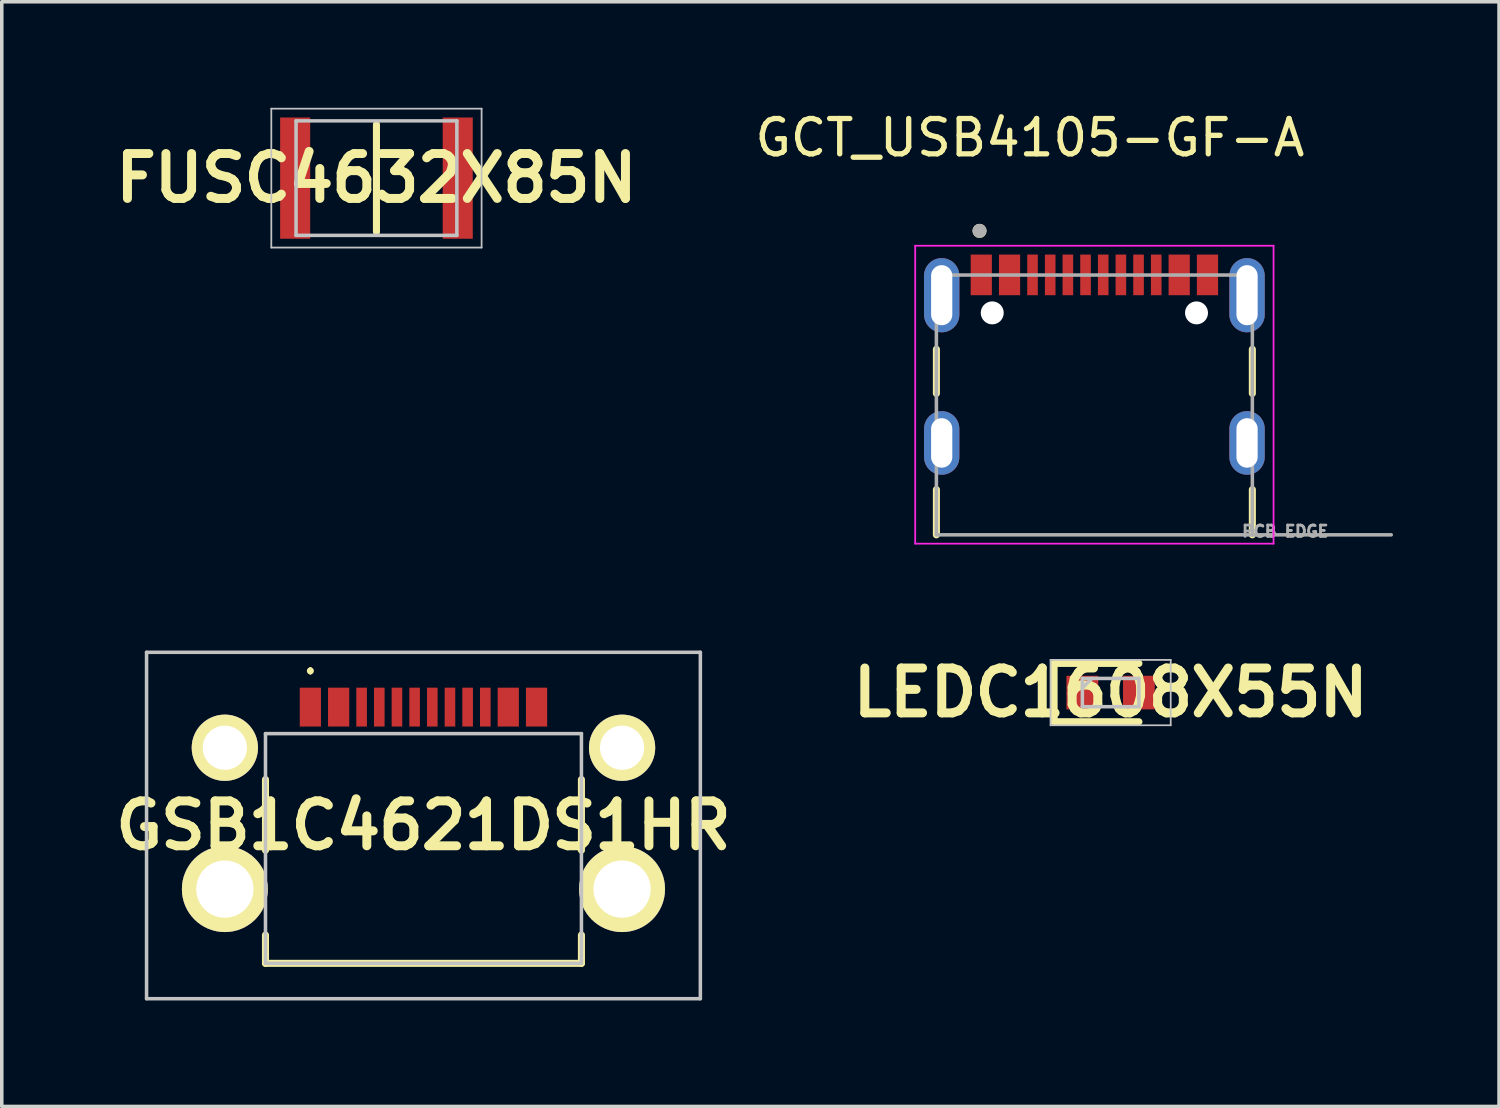
<source format=kicad_pcb>
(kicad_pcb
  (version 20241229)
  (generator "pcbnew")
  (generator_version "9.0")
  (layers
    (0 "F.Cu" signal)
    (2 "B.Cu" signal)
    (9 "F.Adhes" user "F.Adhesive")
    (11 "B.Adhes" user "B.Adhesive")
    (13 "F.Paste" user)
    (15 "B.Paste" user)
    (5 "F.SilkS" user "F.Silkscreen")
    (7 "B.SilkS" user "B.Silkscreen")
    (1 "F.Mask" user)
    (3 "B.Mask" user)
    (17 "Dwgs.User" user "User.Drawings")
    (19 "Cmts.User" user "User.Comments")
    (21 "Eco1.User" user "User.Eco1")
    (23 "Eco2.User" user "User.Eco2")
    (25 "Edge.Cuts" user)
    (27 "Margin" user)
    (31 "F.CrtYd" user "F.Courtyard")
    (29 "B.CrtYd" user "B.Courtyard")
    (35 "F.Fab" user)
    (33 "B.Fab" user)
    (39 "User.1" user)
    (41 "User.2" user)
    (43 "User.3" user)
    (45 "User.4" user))
  (footprint "LEDC1608X55N"
    (layer "F.Cu")
    (at 28.376 16.547)
    (property "Reference" "LEDC1608X55N" (at 0 0 0) (layer "F.SilkS") (effects (font (size 1.27 1.27) (thickness 0.254))))
    (attr smd)
    (fp_line (start -1.6 -0.825) (end -1.6 0.825) (stroke (width 0.2) (type solid)) (layer "F.SilkS"))
    (fp_line (start -1.6 0.825) (end 0.8 0.825) (stroke (width 0.2) (type solid)) (layer "F.SilkS"))
    (fp_line (start 0.8 -0.825) (end -1.6 -0.825) (stroke (width 0.2) (type solid)) (layer "F.SilkS"))
    (fp_line (start -1.7 -0.925) (end 1.7 -0.925) (stroke (width 0.05) (type solid)) (layer "Dwgs.User"))
    (fp_line (start -1.7 0.925) (end -1.7 -0.925) (stroke (width 0.05) (type solid)) (layer "Dwgs.User"))
    (fp_line (start -0.8 -0.4) (end 0.8 -0.4) (stroke (width 0.1) (type solid)) (layer "Dwgs.User"))
    (fp_line (start -0.8 -0.133) (end -0.533 -0.4) (stroke (width 0.1) (type solid)) (layer "Dwgs.User"))
    (fp_line (start -0.8 0.4) (end -0.8 -0.4) (stroke (width 0.1) (type solid)) (layer "Dwgs.User"))
    (fp_line (start 0.8 -0.4) (end 0.8 0.4) (stroke (width 0.1) (type solid)) (layer "Dwgs.User"))
    (fp_line (start 0.8 0.4) (end -0.8 0.4) (stroke (width 0.1) (type solid)) (layer "Dwgs.User"))
    (fp_line (start 1.7 -0.925) (end 1.7 0.925) (stroke (width 0.05) (type solid)) (layer "Dwgs.User"))
    (fp_line (start 1.7 0.925) (end -1.7 0.925) (stroke (width 0.05) (type solid)) (layer "Dwgs.User"))
    (pad "1" smd rect (at -0.8 0) (size 0.9 0.95) (layers "F.Cu" "F.Mask" "F.Paste"))
    (pad "2" smd rect (at 0.8 0) (size 0.9 0.95) (layers "F.Cu" "F.Mask" "F.Paste")))
  (footprint "GCT_USB4105-GF-A"
    (layer "F.Cu")
    (at 27.916 9.483)
    (property "Reference" "GCT_USB4105-GF-A" (at -1.825 -8.635 0) (layer "F.SilkS") (effects (font (size 1 1) (thickness 0.15))))
    (attr smd)
    (fp_poly (pts (xy -3.55 -5.38) (xy -2.85 -5.38) (xy -2.85 -4.13) (xy -3.55 -4.13)) (stroke (width 0.01) (type solid)) (fill yes) (layer "F.Mask"))
    (fp_poly (pts (xy -2.75 -5.38) (xy -2.05 -5.38) (xy -2.05 -4.13) (xy -2.75 -4.13)) (stroke (width 0.01) (type solid)) (fill yes) (layer "F.Mask"))
    (fp_poly (pts (xy -1.95 -5.38) (xy -1.55 -5.38) (xy -1.55 -4.13) (xy -1.95 -4.13)) (stroke (width 0.01) (type solid)) (fill yes) (layer "F.Mask"))
    (fp_poly (pts (xy -1.45 -5.38) (xy -1.05 -5.38) (xy -1.05 -4.13) (xy -1.45 -4.13)) (stroke (width 0.01) (type solid)) (fill yes) (layer "F.Mask"))
    (fp_poly (pts (xy -0.95 -5.38) (xy -0.55 -5.38) (xy -0.55 -4.13) (xy -0.95 -4.13)) (stroke (width 0.01) (type solid)) (fill yes) (layer "F.Mask"))
    (fp_poly (pts (xy -0.45 -5.38) (xy -0.05 -5.38) (xy -0.05 -4.13) (xy -0.45 -4.13)) (stroke (width 0.01) (type solid)) (fill yes) (layer "F.Mask"))
    (fp_poly (pts (xy 0.05 -5.38) (xy 0.45 -5.38) (xy 0.45 -4.13) (xy 0.05 -4.13)) (stroke (width 0.01) (type solid)) (fill yes) (layer "F.Mask"))
    (fp_poly (pts (xy 0.55 -5.38) (xy 0.95 -5.38) (xy 0.95 -4.13) (xy 0.55 -4.13)) (stroke (width 0.01) (type solid)) (fill yes) (layer "F.Mask"))
    (fp_poly (pts (xy 1.05 -5.38) (xy 1.45 -5.38) (xy 1.45 -4.13) (xy 1.05 -4.13)) (stroke (width 0.01) (type solid)) (fill yes) (layer "F.Mask"))
    (fp_poly (pts (xy 1.55 -5.38) (xy 1.95 -5.38) (xy 1.95 -4.13) (xy 1.55 -4.13)) (stroke (width 0.01) (type solid)) (fill yes) (layer "F.Mask"))
    (fp_poly (pts (xy 2.05 -5.38) (xy 2.75 -5.38) (xy 2.75 -4.13) (xy 2.05 -4.13)) (stroke (width 0.01) (type solid)) (fill yes) (layer "F.Mask"))
    (fp_poly (pts (xy 2.85 -5.38) (xy 3.55 -5.38) (xy 3.55 -4.13) (xy 2.85 -4.13)) (stroke (width 0.01) (type solid)) (fill yes) (layer "F.Mask"))
    (fp_line (start -4.47 -2.65) (end -4.47 -1.4) (stroke (width 0.2) (type solid)) (layer "F.SilkS"))
    (fp_line (start -4.47 1.32) (end -4.47 2.6) (stroke (width 0.2) (type solid)) (layer "F.SilkS"))
    (fp_line (start 4.47 -2.65) (end 4.47 -1.4) (stroke (width 0.2) (type solid)) (layer "F.SilkS"))
    (fp_line (start 4.47 2.6) (end 4.47 1.32) (stroke (width 0.2) (type solid)) (layer "F.SilkS"))
    (fp_circle (center -3.25 -6) (end -3.15 -6) (stroke (width 0.2) (type solid)) (fill no) (layer "F.SilkS"))
    (fp_line (start -5.07 -5.58) (end -5.07 2.85) (stroke (width 0.05) (type solid)) (layer "F.CrtYd"))
    (fp_line (start -5.07 2.85) (end 5.07 2.85) (stroke (width 0.05) (type solid)) (layer "F.CrtYd"))
    (fp_line (start 5.07 -5.58) (end -5.07 -5.58) (stroke (width 0.05) (type solid)) (layer "F.CrtYd"))
    (fp_line (start 5.07 2.85) (end 5.07 -5.58) (stroke (width 0.05) (type solid)) (layer "F.CrtYd"))
    (fp_line (start -4.47 -4.75) (end 4.47 -4.75) (stroke (width 0.1) (type solid)) (layer "F.Fab"))
    (fp_line (start -4.47 2.6) (end -4.47 -4.75) (stroke (width 0.1) (type solid)) (layer "F.Fab"))
    (fp_line (start 4.47 -4.75) (end 4.47 2.6) (stroke (width 0.1) (type solid)) (layer "F.Fab"))
    (fp_line (start 4.47 2.6) (end -4.47 2.6) (stroke (width 0.1) (type solid)) (layer "F.Fab"))
    (fp_line (start 4.47 2.6) (end 8.4 2.6) (stroke (width 0.1) (type solid)) (layer "F.Fab"))
    (fp_circle (center -3.25 -6) (end -3.15 -6) (stroke (width 0.2) (type solid)) (fill no) (layer "F.Fab"))
    (fp_text user "PCB EDGE" (at 5.4 2.5 0) (layer "F.Fab") (effects (font (size 0.32 0.32) (thickness 0.08))))
    (pad "" np_thru_hole circle (at -2.89 -3.68) (size 0.65 0.65) (drill 0.65) (layers "*.Cu" "*.Mask"))
    (pad "" np_thru_hole circle (at 2.89 -3.68) (size 0.65 0.65) (drill 0.65) (layers "*.Cu" "*.Mask"))
    (pad "A1_B12" smd rect (at -3.2 -4.755) (size 0.6 1.15) (layers "F.Cu" "F.Paste"))
    (pad "A4_B9" smd rect (at -2.4 -4.755) (size 0.6 1.15) (layers "F.Cu" "F.Paste"))
    (pad "A5" smd rect (at -1.25 -4.755) (size 0.3 1.15) (layers "F.Cu" "F.Paste"))
    (pad "A6" smd rect (at -0.25 -4.755) (size 0.3 1.15) (layers "F.Cu" "F.Paste"))
    (pad "A7" smd rect (at 0.25 -4.755) (size 0.3 1.15) (layers "F.Cu" "F.Paste"))
    (pad "A8" smd rect (at 1.25 -4.755) (size 0.3 1.15) (layers "F.Cu" "F.Paste"))
    (pad "B1_A12" smd rect (at 3.2 -4.755) (size 0.6 1.15) (layers "F.Cu" "F.Paste"))
    (pad "B4_A9" smd rect (at 2.4 -4.755) (size 0.6 1.15) (layers "F.Cu" "F.Paste"))
    (pad "B5" smd rect (at 1.75 -4.755) (size 0.3 1.15) (layers "F.Cu" "F.Paste"))
    (pad "B6" smd rect (at 0.75 -4.755) (size 0.3 1.15) (layers "F.Cu" "F.Paste"))
    (pad "B7" smd rect (at -0.75 -4.755) (size 0.3 1.15) (layers "F.Cu" "F.Paste"))
    (pad "B8" smd rect (at -1.75 -4.755) (size 0.3 1.15) (layers "F.Cu" "F.Paste"))
    (pad "SH1" thru_hole oval (at -4.32 -4.18) (size 1 2.1) (drill oval 0.6 1.7) (layers "*.Cu" "*.Mask"))
    (pad "SH2" thru_hole oval (at 4.32 -4.18) (size 1 2.1) (drill oval 0.6 1.7) (layers "*.Cu" "*.Mask"))
    (pad "SH3" thru_hole oval (at -4.32 0) (size 1 1.8) (drill oval 0.6 1.4) (layers "*.Cu" "*.Mask"))
    (pad "SH4" thru_hole oval (at 4.32 0) (size 1 1.8) (drill oval 0.6 1.4) (layers "*.Cu" "*.Mask")))
  (footprint "GSB1C4621DS1HR"
    (layer "F.Cu")
    (at 8.932 20.583)
    (property "Reference" "GSB1C4621DS1HR" (at 0 -0.275 0) (layer "F.SilkS") (effects (font (size 1.27 1.27) (thickness 0.254))))
    (attr through_hole exclude_from_pos_files)
    (fp_line (start -4.47 0.425) (end -4.47 -1.575) (stroke (width 0.2) (type solid)) (layer "F.SilkS"))
    (fp_line (start -4.47 2.825) (end -4.47 3.625) (stroke (width 0.2) (type solid)) (layer "F.SilkS"))
    (fp_line (start -4.47 3.625) (end 4.47 3.625) (stroke (width 0.2) (type solid)) (layer "F.SilkS"))
    (fp_line (start -3.2 -4.7) (end -3.2 -4.7) (stroke (width 0.1) (type solid)) (layer "F.SilkS"))
    (fp_line (start -3.2 -4.6) (end -3.2 -4.6) (stroke (width 0.1) (type solid)) (layer "F.SilkS"))
    (fp_line (start 4.47 -1.575) (end 4.47 0.425) (stroke (width 0.2) (type solid)) (layer "F.SilkS"))
    (fp_line (start 4.47 3.625) (end 4.47 2.825) (stroke (width 0.2) (type solid)) (layer "F.SilkS"))
    (fp_arc (start -3.2 -4.7) (mid -3.15 -4.65) (end -3.2 -4.6) (stroke (width 0.1) (type solid)) (layer "F.SilkS"))
    (fp_arc (start -3.2 -4.6) (mid -3.25 -4.65) (end -3.2 -4.7) (stroke (width 0.1) (type solid)) (layer "F.SilkS"))
    (fp_line (start -7.835 -5.175) (end 7.835 -5.175) (stroke (width 0.1) (type solid)) (layer "Dwgs.User"))
    (fp_line (start -7.835 4.625) (end -7.835 -5.175) (stroke (width 0.1) (type solid)) (layer "Dwgs.User"))
    (fp_line (start -4.47 -2.875) (end 4.47 -2.875) (stroke (width 0.1) (type solid)) (layer "Dwgs.User"))
    (fp_line (start -4.47 3.625) (end -4.47 -2.875) (stroke (width 0.1) (type solid)) (layer "Dwgs.User"))
    (fp_line (start 4.47 -2.875) (end 4.47 3.625) (stroke (width 0.1) (type solid)) (layer "Dwgs.User"))
    (fp_line (start 4.47 3.625) (end -4.47 3.625) (stroke (width 0.1) (type solid)) (layer "Dwgs.User"))
    (fp_line (start 7.835 -5.175) (end 7.835 4.625) (stroke (width 0.1) (type solid)) (layer "Dwgs.User"))
    (fp_line (start 7.835 4.625) (end -7.835 4.625) (stroke (width 0.1) (type solid)) (layer "Dwgs.User"))
    (pad "A1" smd rect (at -3.2 -3.625) (size 0.6 1.1) (layers "F.Cu" "F.Mask" "F.Paste"))
    (pad "A4" smd rect (at -2.4 -3.625) (size 0.6 1.1) (layers "F.Cu" "F.Mask" "F.Paste"))
    (pad "A5" smd rect (at -1.25 -3.625) (size 0.3 1.1) (layers "F.Cu" "F.Mask" "F.Paste"))
    (pad "A6" smd rect (at -0.25 -3.625) (size 0.3 1.1) (layers "F.Cu" "F.Mask" "F.Paste"))
    (pad "A7" smd rect (at 0.25 -3.625) (size 0.3 1.1) (layers "F.Cu" "F.Mask" "F.Paste"))
    (pad "A8" smd rect (at 1.25 -3.625) (size 0.3 1.1) (layers "F.Cu" "F.Mask" "F.Paste"))
    (pad "A9" smd rect (at 2.4 -3.625) (size 0.6 1.1) (layers "F.Cu" "F.Mask" "F.Paste"))
    (pad "A12" smd rect (at 3.2 -3.625) (size 0.6 1.1) (layers "F.Cu" "F.Mask" "F.Paste"))
    (pad "B5" smd rect (at 1.75 -3.625) (size 0.3 1.1) (layers "F.Cu" "F.Mask" "F.Paste"))
    (pad "B6" smd rect (at 0.75 -3.625) (size 0.3 1.1) (layers "F.Cu" "F.Mask" "F.Paste"))
    (pad "B7" smd rect (at -0.75 -3.625) (size 0.3 1.1) (layers "F.Cu" "F.Mask" "F.Paste"))
    (pad "B8" smd rect (at -1.75 -3.625) (size 0.3 1.1) (layers "F.Cu" "F.Mask" "F.Paste"))
    (pad "MH1" thru_hole circle (at -5.62 -2.475 90) (size 1.875 1.875) (drill 1.25) (layers "*.Cu" "*.Mask" "F.SilkS"))
    (pad "MH2" thru_hole circle (at -5.62 1.525 90) (size 2.43 2.43) (drill 1.62) (layers "*.Cu" "*.Mask" "F.SilkS"))
    (pad "MH3" thru_hole circle (at 5.62 1.525 90) (size 2.43 2.43) (drill 1.62) (layers "*.Cu" "*.Mask" "F.SilkS"))
    (pad "MH4" thru_hole circle (at 5.62 -2.475 90) (size 1.875 1.875) (drill 1.25) (layers "*.Cu" "*.Mask" "F.SilkS")))
  (footprint "FUSC4632X85N"
    (layer "F.Cu")
    (at 7.602 1.99)
    (property "Reference" "FUSC4632X85N" (at 0 0 0) (layer "F.SilkS") (effects (font (size 1.27 1.27) (thickness 0.254))))
    (attr smd)
    (fp_line (start 0 -1.52) (end 0 1.52) (stroke (width 0.2) (type solid)) (layer "F.SilkS"))
    (fp_line (start -2.975 -1.965) (end 2.975 -1.965) (stroke (width 0.05) (type solid)) (layer "Dwgs.User"))
    (fp_line (start -2.975 1.965) (end -2.975 -1.965) (stroke (width 0.05) (type solid)) (layer "Dwgs.User"))
    (fp_line (start -2.275 -1.62) (end 2.275 -1.62) (stroke (width 0.1) (type solid)) (layer "Dwgs.User"))
    (fp_line (start -2.275 1.62) (end -2.275 -1.62) (stroke (width 0.1) (type solid)) (layer "Dwgs.User"))
    (fp_line (start 2.275 -1.62) (end 2.275 1.62) (stroke (width 0.1) (type solid)) (layer "Dwgs.User"))
    (fp_line (start 2.275 1.62) (end -2.275 1.62) (stroke (width 0.1) (type solid)) (layer "Dwgs.User"))
    (fp_line (start 2.975 -1.965) (end 2.975 1.965) (stroke (width 0.05) (type solid)) (layer "Dwgs.User"))
    (fp_line (start 2.975 1.965) (end -2.975 1.965) (stroke (width 0.05) (type solid)) (layer "Dwgs.User"))
    (pad "1" smd rect (at -2.3 0) (size 0.85 3.43) (layers "F.Cu" "F.Mask" "F.Paste"))
    (pad "2" smd rect (at 2.3 0) (size 0.85 3.43) (layers "F.Cu" "F.Mask" "F.Paste")))
  (gr_rect
    (start -3 -3)
    (end 39.366 28.258)
    (stroke (width 0.1) (type default))
    (fill no)
    (layer "Edge.Cuts")))
</source>
